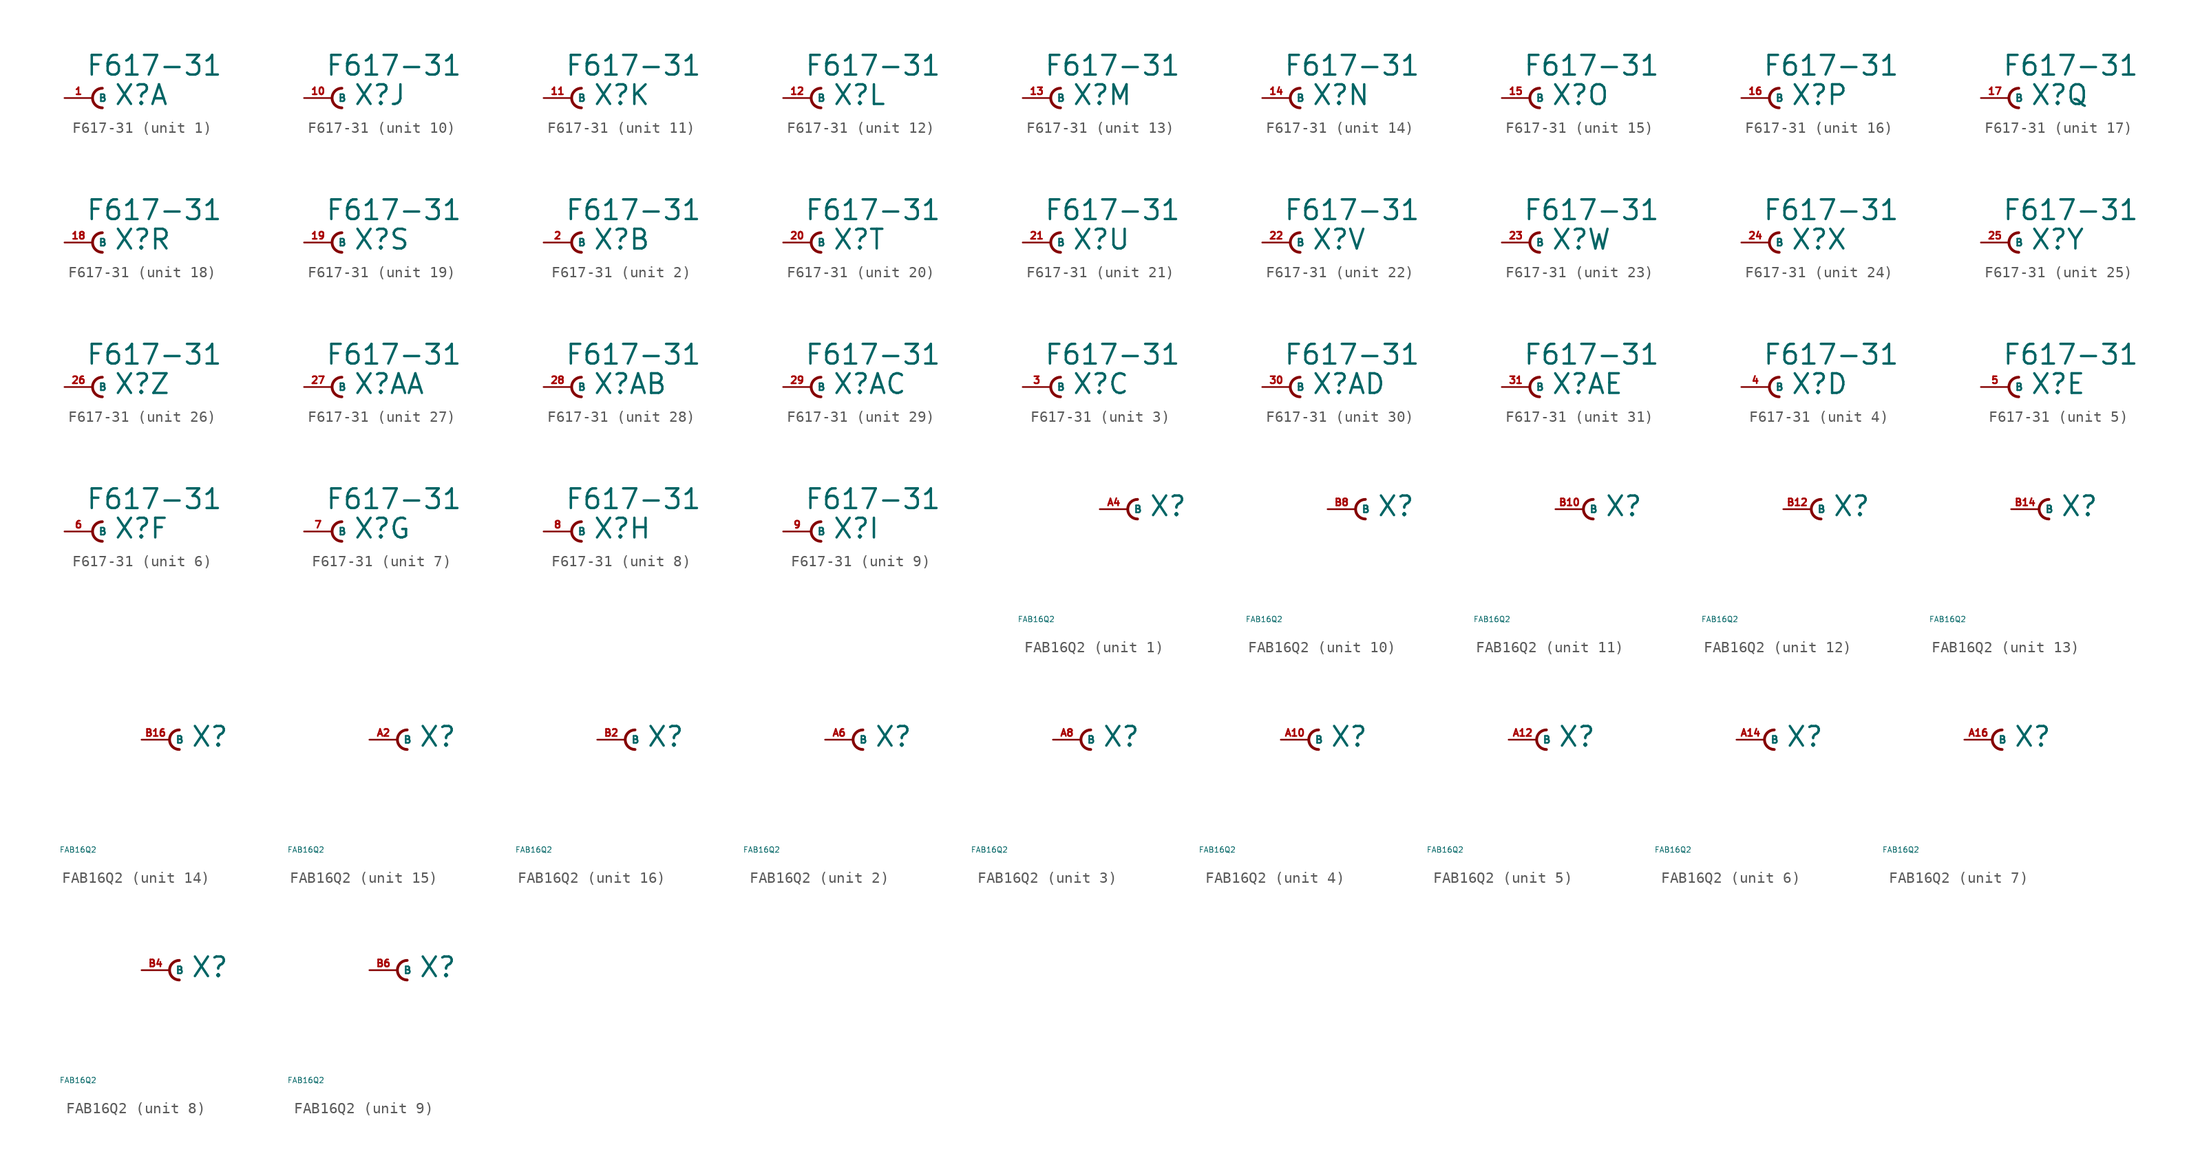
<source format=kicad_sym>
(kicad_symbol_lib
  (version 20220914)
  (generator Eagle2Kicad)
  (symbol "F617-31"
    (property "Reference" "X"
      (at 1.905 -0.762 0)
      (effects (font (size 1.778 1.778) (thickness 0.22)) (justify left bottom)))
    (property "Value" "F617-31"
      (at -0.635 1.905 0)
      (effects (font (size 1.778 1.778) (thickness 0.22)) (justify left bottom)))
    (symbol "F617-31_1_0"
      (arc (start 0.889 0.889) (mid 0.000 0.000) (end 0.889 -0.889) (stroke (width 0.254) (type default)) (fill (type none)))
      (pin passive line (at -2.54 0 0) (length 2.54) (name "B" (effects (font (size 0.635 0.635) (thickness 0.08)) (justify left bottom))) (number "1" (effects (font (size 0.635 0.635) (thickness 0.08)) (justify left bottom)))))
    (symbol "F617-31_2_0"
      (arc (start 0.889 0.889) (mid 0.000 0.000) (end 0.889 -0.889) (stroke (width 0.254) (type default)) (fill (type none)))
      (pin passive line (at -2.54 0 0) (length 2.54) (name "B" (effects (font (size 0.635 0.635) (thickness 0.08)) (justify left bottom))) (number "2" (effects (font (size 0.635 0.635) (thickness 0.08)) (justify left bottom)))))
    (symbol "F617-31_3_0"
      (arc (start 0.889 0.889) (mid 0.000 0.000) (end 0.889 -0.889) (stroke (width 0.254) (type default)) (fill (type none)))
      (pin passive line (at -2.54 0 0) (length 2.54) (name "B" (effects (font (size 0.635 0.635) (thickness 0.08)) (justify left bottom))) (number "3" (effects (font (size 0.635 0.635) (thickness 0.08)) (justify left bottom)))))
    (symbol "F617-31_4_0"
      (arc (start 0.889 0.889) (mid 0.000 0.000) (end 0.889 -0.889) (stroke (width 0.254) (type default)) (fill (type none)))
      (pin passive line (at -2.54 0 0) (length 2.54) (name "B" (effects (font (size 0.635 0.635) (thickness 0.08)) (justify left bottom))) (number "4" (effects (font (size 0.635 0.635) (thickness 0.08)) (justify left bottom)))))
    (symbol "F617-31_5_0"
      (arc (start 0.889 0.889) (mid 0.000 0.000) (end 0.889 -0.889) (stroke (width 0.254) (type default)) (fill (type none)))
      (pin passive line (at -2.54 0 0) (length 2.54) (name "B" (effects (font (size 0.635 0.635) (thickness 0.08)) (justify left bottom))) (number "5" (effects (font (size 0.635 0.635) (thickness 0.08)) (justify left bottom)))))
    (symbol "F617-31_6_0"
      (arc (start 0.889 0.889) (mid 0.000 0.000) (end 0.889 -0.889) (stroke (width 0.254) (type default)) (fill (type none)))
      (pin passive line (at -2.54 0 0) (length 2.54) (name "B" (effects (font (size 0.635 0.635) (thickness 0.08)) (justify left bottom))) (number "6" (effects (font (size 0.635 0.635) (thickness 0.08)) (justify left bottom)))))
    (symbol "F617-31_7_0"
      (arc (start 0.889 0.889) (mid 0.000 0.000) (end 0.889 -0.889) (stroke (width 0.254) (type default)) (fill (type none)))
      (pin passive line (at -2.54 0 0) (length 2.54) (name "B" (effects (font (size 0.635 0.635) (thickness 0.08)) (justify left bottom))) (number "7" (effects (font (size 0.635 0.635) (thickness 0.08)) (justify left bottom)))))
    (symbol "F617-31_8_0"
      (arc (start 0.889 0.889) (mid 0.000 0.000) (end 0.889 -0.889) (stroke (width 0.254) (type default)) (fill (type none)))
      (pin passive line (at -2.54 0 0) (length 2.54) (name "B" (effects (font (size 0.635 0.635) (thickness 0.08)) (justify left bottom))) (number "8" (effects (font (size 0.635 0.635) (thickness 0.08)) (justify left bottom)))))
    (symbol "F617-31_9_0"
      (arc (start 0.889 0.889) (mid 0.000 0.000) (end 0.889 -0.889) (stroke (width 0.254) (type default)) (fill (type none)))
      (pin passive line (at -2.54 0 0) (length 2.54) (name "B" (effects (font (size 0.635 0.635) (thickness 0.08)) (justify left bottom))) (number "9" (effects (font (size 0.635 0.635) (thickness 0.08)) (justify left bottom)))))
    (symbol "F617-31_10_0"
      (arc (start 0.889 0.889) (mid 0.000 0.000) (end 0.889 -0.889) (stroke (width 0.254) (type default)) (fill (type none)))
      (pin passive line (at -2.54 0 0) (length 2.54) (name "B" (effects (font (size 0.635 0.635) (thickness 0.08)) (justify left bottom))) (number "10" (effects (font (size 0.635 0.635) (thickness 0.08)) (justify left bottom)))))
    (symbol "F617-31_11_0"
      (arc (start 0.889 0.889) (mid 0.000 0.000) (end 0.889 -0.889) (stroke (width 0.254) (type default)) (fill (type none)))
      (pin passive line (at -2.54 0 0) (length 2.54) (name "B" (effects (font (size 0.635 0.635) (thickness 0.08)) (justify left bottom))) (number "11" (effects (font (size 0.635 0.635) (thickness 0.08)) (justify left bottom)))))
    (symbol "F617-31_12_0"
      (arc (start 0.889 0.889) (mid 0.000 0.000) (end 0.889 -0.889) (stroke (width 0.254) (type default)) (fill (type none)))
      (pin passive line (at -2.54 0 0) (length 2.54) (name "B" (effects (font (size 0.635 0.635) (thickness 0.08)) (justify left bottom))) (number "12" (effects (font (size 0.635 0.635) (thickness 0.08)) (justify left bottom)))))
    (symbol "F617-31_13_0"
      (arc (start 0.889 0.889) (mid 0.000 0.000) (end 0.889 -0.889) (stroke (width 0.254) (type default)) (fill (type none)))
      (pin passive line (at -2.54 0 0) (length 2.54) (name "B" (effects (font (size 0.635 0.635) (thickness 0.08)) (justify left bottom))) (number "13" (effects (font (size 0.635 0.635) (thickness 0.08)) (justify left bottom)))))
    (symbol "F617-31_14_0"
      (arc (start 0.889 0.889) (mid 0.000 0.000) (end 0.889 -0.889) (stroke (width 0.254) (type default)) (fill (type none)))
      (pin passive line (at -2.54 0 0) (length 2.54) (name "B" (effects (font (size 0.635 0.635) (thickness 0.08)) (justify left bottom))) (number "14" (effects (font (size 0.635 0.635) (thickness 0.08)) (justify left bottom)))))
    (symbol "F617-31_15_0"
      (arc (start 0.889 0.889) (mid 0.000 0.000) (end 0.889 -0.889) (stroke (width 0.254) (type default)) (fill (type none)))
      (pin passive line (at -2.54 0 0) (length 2.54) (name "B" (effects (font (size 0.635 0.635) (thickness 0.08)) (justify left bottom))) (number "15" (effects (font (size 0.635 0.635) (thickness 0.08)) (justify left bottom)))))
    (symbol "F617-31_16_0"
      (arc (start 0.889 0.889) (mid 0.000 0.000) (end 0.889 -0.889) (stroke (width 0.254) (type default)) (fill (type none)))
      (pin passive line (at -2.54 0 0) (length 2.54) (name "B" (effects (font (size 0.635 0.635) (thickness 0.08)) (justify left bottom))) (number "16" (effects (font (size 0.635 0.635) (thickness 0.08)) (justify left bottom)))))
    (symbol "F617-31_17_0"
      (arc (start 0.889 0.889) (mid 0.000 0.000) (end 0.889 -0.889) (stroke (width 0.254) (type default)) (fill (type none)))
      (pin passive line (at -2.54 0 0) (length 2.54) (name "B" (effects (font (size 0.635 0.635) (thickness 0.08)) (justify left bottom))) (number "17" (effects (font (size 0.635 0.635) (thickness 0.08)) (justify left bottom)))))
    (symbol "F617-31_18_0"
      (arc (start 0.889 0.889) (mid 0.000 0.000) (end 0.889 -0.889) (stroke (width 0.254) (type default)) (fill (type none)))
      (pin passive line (at -2.54 0 0) (length 2.54) (name "B" (effects (font (size 0.635 0.635) (thickness 0.08)) (justify left bottom))) (number "18" (effects (font (size 0.635 0.635) (thickness 0.08)) (justify left bottom)))))
    (symbol "F617-31_19_0"
      (arc (start 0.889 0.889) (mid 0.000 0.000) (end 0.889 -0.889) (stroke (width 0.254) (type default)) (fill (type none)))
      (pin passive line (at -2.54 0 0) (length 2.54) (name "B" (effects (font (size 0.635 0.635) (thickness 0.08)) (justify left bottom))) (number "19" (effects (font (size 0.635 0.635) (thickness 0.08)) (justify left bottom)))))
    (symbol "F617-31_20_0"
      (arc (start 0.889 0.889) (mid 0.000 0.000) (end 0.889 -0.889) (stroke (width 0.254) (type default)) (fill (type none)))
      (pin passive line (at -2.54 0 0) (length 2.54) (name "B" (effects (font (size 0.635 0.635) (thickness 0.08)) (justify left bottom))) (number "20" (effects (font (size 0.635 0.635) (thickness 0.08)) (justify left bottom)))))
    (symbol "F617-31_21_0"
      (arc (start 0.889 0.889) (mid 0.000 0.000) (end 0.889 -0.889) (stroke (width 0.254) (type default)) (fill (type none)))
      (pin passive line (at -2.54 0 0) (length 2.54) (name "B" (effects (font (size 0.635 0.635) (thickness 0.08)) (justify left bottom))) (number "21" (effects (font (size 0.635 0.635) (thickness 0.08)) (justify left bottom)))))
    (symbol "F617-31_22_0"
      (arc (start 0.889 0.889) (mid 0.000 0.000) (end 0.889 -0.889) (stroke (width 0.254) (type default)) (fill (type none)))
      (pin passive line (at -2.54 0 0) (length 2.54) (name "B" (effects (font (size 0.635 0.635) (thickness 0.08)) (justify left bottom))) (number "22" (effects (font (size 0.635 0.635) (thickness 0.08)) (justify left bottom)))))
    (symbol "F617-31_23_0"
      (arc (start 0.889 0.889) (mid 0.000 0.000) (end 0.889 -0.889) (stroke (width 0.254) (type default)) (fill (type none)))
      (pin passive line (at -2.54 0 0) (length 2.54) (name "B" (effects (font (size 0.635 0.635) (thickness 0.08)) (justify left bottom))) (number "23" (effects (font (size 0.635 0.635) (thickness 0.08)) (justify left bottom)))))
    (symbol "F617-31_24_0"
      (arc (start 0.889 0.889) (mid 0.000 0.000) (end 0.889 -0.889) (stroke (width 0.254) (type default)) (fill (type none)))
      (pin passive line (at -2.54 0 0) (length 2.54) (name "B" (effects (font (size 0.635 0.635) (thickness 0.08)) (justify left bottom))) (number "24" (effects (font (size 0.635 0.635) (thickness 0.08)) (justify left bottom)))))
    (symbol "F617-31_25_0"
      (arc (start 0.889 0.889) (mid 0.000 0.000) (end 0.889 -0.889) (stroke (width 0.254) (type default)) (fill (type none)))
      (pin passive line (at -2.54 0 0) (length 2.54) (name "B" (effects (font (size 0.635 0.635) (thickness 0.08)) (justify left bottom))) (number "25" (effects (font (size 0.635 0.635) (thickness 0.08)) (justify left bottom)))))
    (symbol "F617-31_26_0"
      (arc (start 0.889 0.889) (mid 0.000 0.000) (end 0.889 -0.889) (stroke (width 0.254) (type default)) (fill (type none)))
      (pin passive line (at -2.54 0 0) (length 2.54) (name "B" (effects (font (size 0.635 0.635) (thickness 0.08)) (justify left bottom))) (number "26" (effects (font (size 0.635 0.635) (thickness 0.08)) (justify left bottom)))))
    (symbol "F617-31_27_0"
      (arc (start 0.889 0.889) (mid 0.000 0.000) (end 0.889 -0.889) (stroke (width 0.254) (type default)) (fill (type none)))
      (pin passive line (at -2.54 0 0) (length 2.54) (name "B" (effects (font (size 0.635 0.635) (thickness 0.08)) (justify left bottom))) (number "27" (effects (font (size 0.635 0.635) (thickness 0.08)) (justify left bottom)))))
    (symbol "F617-31_28_0"
      (arc (start 0.889 0.889) (mid 0.000 0.000) (end 0.889 -0.889) (stroke (width 0.254) (type default)) (fill (type none)))
      (pin passive line (at -2.54 0 0) (length 2.54) (name "B" (effects (font (size 0.635 0.635) (thickness 0.08)) (justify left bottom))) (number "28" (effects (font (size 0.635 0.635) (thickness 0.08)) (justify left bottom)))))
    (symbol "F617-31_29_0"
      (arc (start 0.889 0.889) (mid 0.000 0.000) (end 0.889 -0.889) (stroke (width 0.254) (type default)) (fill (type none)))
      (pin passive line (at -2.54 0 0) (length 2.54) (name "B" (effects (font (size 0.635 0.635) (thickness 0.08)) (justify left bottom))) (number "29" (effects (font (size 0.635 0.635) (thickness 0.08)) (justify left bottom)))))
    (symbol "F617-31_30_0"
      (arc (start 0.889 0.889) (mid 0.000 0.000) (end 0.889 -0.889) (stroke (width 0.254) (type default)) (fill (type none)))
      (pin passive line (at -2.54 0 0) (length 2.54) (name "B" (effects (font (size 0.635 0.635) (thickness 0.08)) (justify left bottom))) (number "30" (effects (font (size 0.635 0.635) (thickness 0.08)) (justify left bottom)))))
    (symbol "F617-31_31_0"
      (arc (start 0.889 0.889) (mid 0.000 0.000) (end 0.889 -0.889) (stroke (width 0.254) (type default)) (fill (type none)))
      (pin passive line (at -2.54 0 0) (length 2.54) (name "B" (effects (font (size 0.635 0.635) (thickness 0.08)) (justify left bottom))) (number "31" (effects (font (size 0.635 0.635) (thickness 0.08)) (justify left bottom))))))
  (symbol "FAB16Q2"
    (property "Reference" "X"
      (at 1.905 -0.762 0)
      (effects (font (size 1.778 1.778) (thickness 0.22)) (justify left bottom)))
    (property "Value" "FAB16Q2"
      (at -10 -10 0)
      (effects (font (size 0.5 0.5) (thickness 0.06)) (justify left)))
    (symbol "FAB16Q2_1_0"
      (arc (start 0.889 0.889) (mid 0.000 0.000) (end 0.889 -0.889) (stroke (width 0.254) (type default)) (fill (type none)))
      (pin passive line (at -2.54 0 0) (length 2.54) (name "B" (effects (font (size 0.635 0.635) (thickness 0.08)) (justify left bottom))) (number "A4" (effects (font (size 0.635 0.635) (thickness 0.08)) (justify left bottom)))))
    (symbol "FAB16Q2_2_0"
      (arc (start 0.889 0.889) (mid 0.000 0.000) (end 0.889 -0.889) (stroke (width 0.254) (type default)) (fill (type none)))
      (pin passive line (at -2.54 0 0) (length 2.54) (name "B" (effects (font (size 0.635 0.635) (thickness 0.08)) (justify left bottom))) (number "A6" (effects (font (size 0.635 0.635) (thickness 0.08)) (justify left bottom)))))
    (symbol "FAB16Q2_3_0"
      (arc (start 0.889 0.889) (mid 0.000 0.000) (end 0.889 -0.889) (stroke (width 0.254) (type default)) (fill (type none)))
      (pin passive line (at -2.54 0 0) (length 2.54) (name "B" (effects (font (size 0.635 0.635) (thickness 0.08)) (justify left bottom))) (number "A8" (effects (font (size 0.635 0.635) (thickness 0.08)) (justify left bottom)))))
    (symbol "FAB16Q2_4_0"
      (arc (start 0.889 0.889) (mid 0.000 0.000) (end 0.889 -0.889) (stroke (width 0.254) (type default)) (fill (type none)))
      (pin passive line (at -2.54 0 0) (length 2.54) (name "B" (effects (font (size 0.635 0.635) (thickness 0.08)) (justify left bottom))) (number "A10" (effects (font (size 0.635 0.635) (thickness 0.08)) (justify left bottom)))))
    (symbol "FAB16Q2_5_0"
      (arc (start 0.889 0.889) (mid 0.000 0.000) (end 0.889 -0.889) (stroke (width 0.254) (type default)) (fill (type none)))
      (pin passive line (at -2.54 0 0) (length 2.54) (name "B" (effects (font (size 0.635 0.635) (thickness 0.08)) (justify left bottom))) (number "A12" (effects (font (size 0.635 0.635) (thickness 0.08)) (justify left bottom)))))
    (symbol "FAB16Q2_6_0"
      (arc (start 0.889 0.889) (mid 0.000 0.000) (end 0.889 -0.889) (stroke (width 0.254) (type default)) (fill (type none)))
      (pin passive line (at -2.54 0 0) (length 2.54) (name "B" (effects (font (size 0.635 0.635) (thickness 0.08)) (justify left bottom))) (number "A14" (effects (font (size 0.635 0.635) (thickness 0.08)) (justify left bottom)))))
    (symbol "FAB16Q2_7_0"
      (arc (start 0.889 0.889) (mid 0.000 0.000) (end 0.889 -0.889) (stroke (width 0.254) (type default)) (fill (type none)))
      (pin passive line (at -2.54 0 0) (length 2.54) (name "B" (effects (font (size 0.635 0.635) (thickness 0.08)) (justify left bottom))) (number "A16" (effects (font (size 0.635 0.635) (thickness 0.08)) (justify left bottom)))))
    (symbol "FAB16Q2_8_0"
      (arc (start 0.889 0.889) (mid 0.000 0.000) (end 0.889 -0.889) (stroke (width 0.254) (type default)) (fill (type none)))
      (pin passive line (at -2.54 0 0) (length 2.54) (name "B" (effects (font (size 0.635 0.635) (thickness 0.08)) (justify left bottom))) (number "B4" (effects (font (size 0.635 0.635) (thickness 0.08)) (justify left bottom)))))
    (symbol "FAB16Q2_9_0"
      (arc (start 0.889 0.889) (mid 0.000 0.000) (end 0.889 -0.889) (stroke (width 0.254) (type default)) (fill (type none)))
      (pin passive line (at -2.54 0 0) (length 2.54) (name "B" (effects (font (size 0.635 0.635) (thickness 0.08)) (justify left bottom))) (number "B6" (effects (font (size 0.635 0.635) (thickness 0.08)) (justify left bottom)))))
    (symbol "FAB16Q2_10_0"
      (arc (start 0.889 0.889) (mid 0.000 0.000) (end 0.889 -0.889) (stroke (width 0.254) (type default)) (fill (type none)))
      (pin passive line (at -2.54 0 0) (length 2.54) (name "B" (effects (font (size 0.635 0.635) (thickness 0.08)) (justify left bottom))) (number "B8" (effects (font (size 0.635 0.635) (thickness 0.08)) (justify left bottom)))))
    (symbol "FAB16Q2_11_0"
      (arc (start 0.889 0.889) (mid 0.000 0.000) (end 0.889 -0.889) (stroke (width 0.254) (type default)) (fill (type none)))
      (pin passive line (at -2.54 0 0) (length 2.54) (name "B" (effects (font (size 0.635 0.635) (thickness 0.08)) (justify left bottom))) (number "B10" (effects (font (size 0.635 0.635) (thickness 0.08)) (justify left bottom)))))
    (symbol "FAB16Q2_12_0"
      (arc (start 0.889 0.889) (mid 0.000 0.000) (end 0.889 -0.889) (stroke (width 0.254) (type default)) (fill (type none)))
      (pin passive line (at -2.54 0 0) (length 2.54) (name "B" (effects (font (size 0.635 0.635) (thickness 0.08)) (justify left bottom))) (number "B12" (effects (font (size 0.635 0.635) (thickness 0.08)) (justify left bottom)))))
    (symbol "FAB16Q2_13_0"
      (arc (start 0.889 0.889) (mid 0.000 0.000) (end 0.889 -0.889) (stroke (width 0.254) (type default)) (fill (type none)))
      (pin passive line (at -2.54 0 0) (length 2.54) (name "B" (effects (font (size 0.635 0.635) (thickness 0.08)) (justify left bottom))) (number "B14" (effects (font (size 0.635 0.635) (thickness 0.08)) (justify left bottom)))))
    (symbol "FAB16Q2_14_0"
      (arc (start 0.889 0.889) (mid 0.000 0.000) (end 0.889 -0.889) (stroke (width 0.254) (type default)) (fill (type none)))
      (pin passive line (at -2.54 0 0) (length 2.54) (name "B" (effects (font (size 0.635 0.635) (thickness 0.08)) (justify left bottom))) (number "B16" (effects (font (size 0.635 0.635) (thickness 0.08)) (justify left bottom)))))
    (symbol "FAB16Q2_15_0"
      (arc (start 0.889 0.889) (mid 0.000 0.000) (end 0.889 -0.889) (stroke (width 0.254) (type default)) (fill (type none)))
      (pin passive line (at -2.54 0 0) (length 2.54) (name "B" (effects (font (size 0.635 0.635) (thickness 0.08)) (justify left bottom))) (number "A2" (effects (font (size 0.635 0.635) (thickness 0.08)) (justify left bottom)))))
    (symbol "FAB16Q2_16_0"
      (arc (start 0.889 0.889) (mid 0.000 0.000) (end 0.889 -0.889) (stroke (width 0.254) (type default)) (fill (type none)))
      (pin passive line (at -2.54 0 0) (length 2.54) (name "B" (effects (font (size 0.635 0.635) (thickness 0.08)) (justify left bottom))) (number "B2" (effects (font (size 0.635 0.635) (thickness 0.08)) (justify left bottom)))))))
</source>
